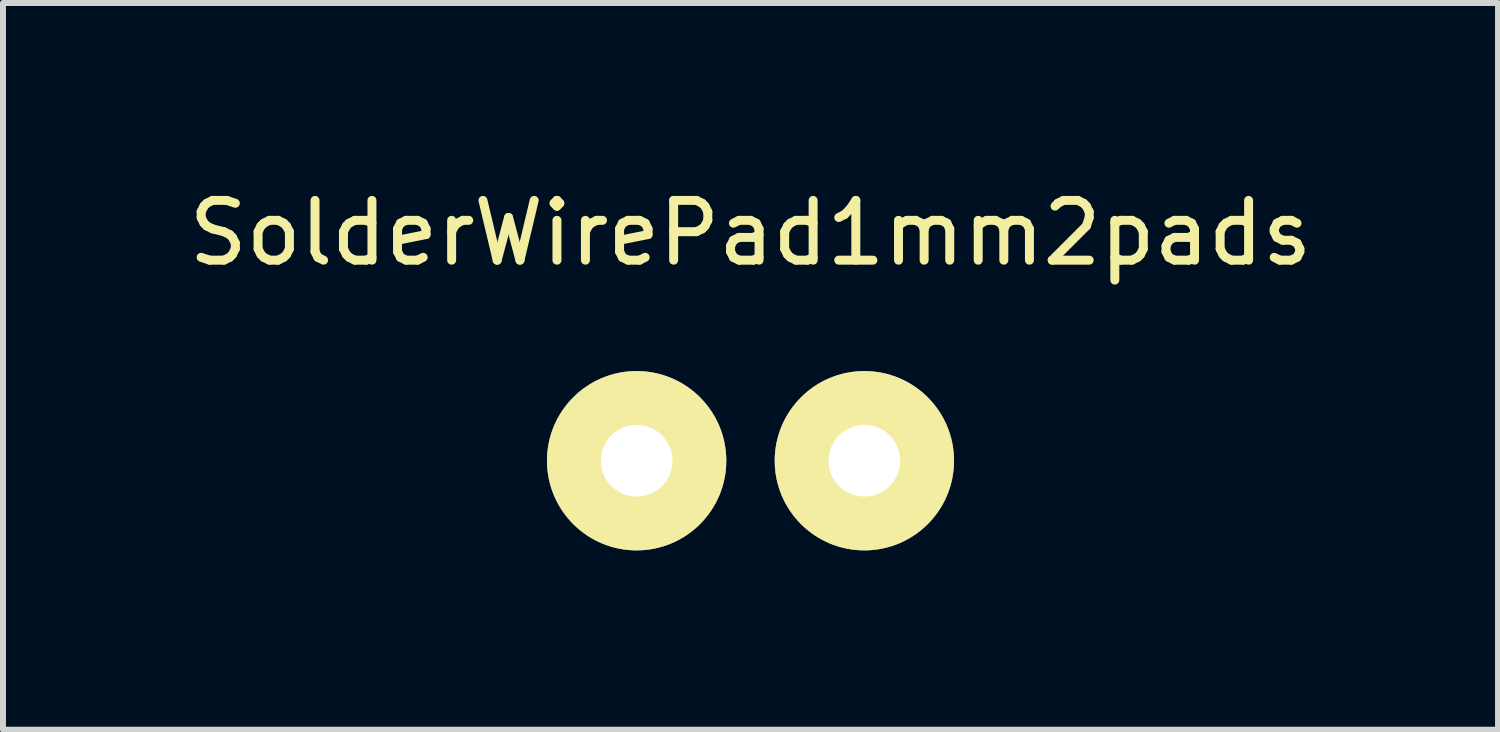
<source format=kicad_pcb>
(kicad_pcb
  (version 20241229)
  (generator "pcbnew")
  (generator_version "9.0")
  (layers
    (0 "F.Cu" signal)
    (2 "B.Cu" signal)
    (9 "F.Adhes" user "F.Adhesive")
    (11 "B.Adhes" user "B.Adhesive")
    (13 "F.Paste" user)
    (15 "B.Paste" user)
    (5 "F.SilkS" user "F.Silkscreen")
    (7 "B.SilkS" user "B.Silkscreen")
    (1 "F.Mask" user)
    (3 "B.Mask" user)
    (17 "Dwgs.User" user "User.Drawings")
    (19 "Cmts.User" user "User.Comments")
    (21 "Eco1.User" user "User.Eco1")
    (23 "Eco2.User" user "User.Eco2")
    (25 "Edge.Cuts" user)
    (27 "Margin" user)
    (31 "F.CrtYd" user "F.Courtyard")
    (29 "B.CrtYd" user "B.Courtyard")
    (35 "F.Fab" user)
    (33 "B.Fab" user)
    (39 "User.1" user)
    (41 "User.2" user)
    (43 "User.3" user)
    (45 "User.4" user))
  (footprint "SolderWirePad1mm2pads"
    (layer "F.Cu")
    (at 9.506 4.658)
    (property "Reference" "SolderWirePad1mm2pads" (at 0 -3.81 0) (layer "F.SilkS") (effects (font (size 1 1) (thickness 0.15))))
    (attr through_hole)
    (pad "1" thru_hole circle (at -1.905 0) (size 3 3) (drill 1.199) (layers "*.Cu" "*.Mask" "F.SilkS"))
    (pad "2" thru_hole circle (at 1.905 0) (size 3 3) (drill 1.199) (layers "*.Cu" "*.Mask" "F.SilkS")))
  (gr_rect
    (start -3 -3)
    (end 22.012 9.158)
    (stroke (width 0.1) (type default))
    (fill no)
    (layer "Edge.Cuts")))
</source>
